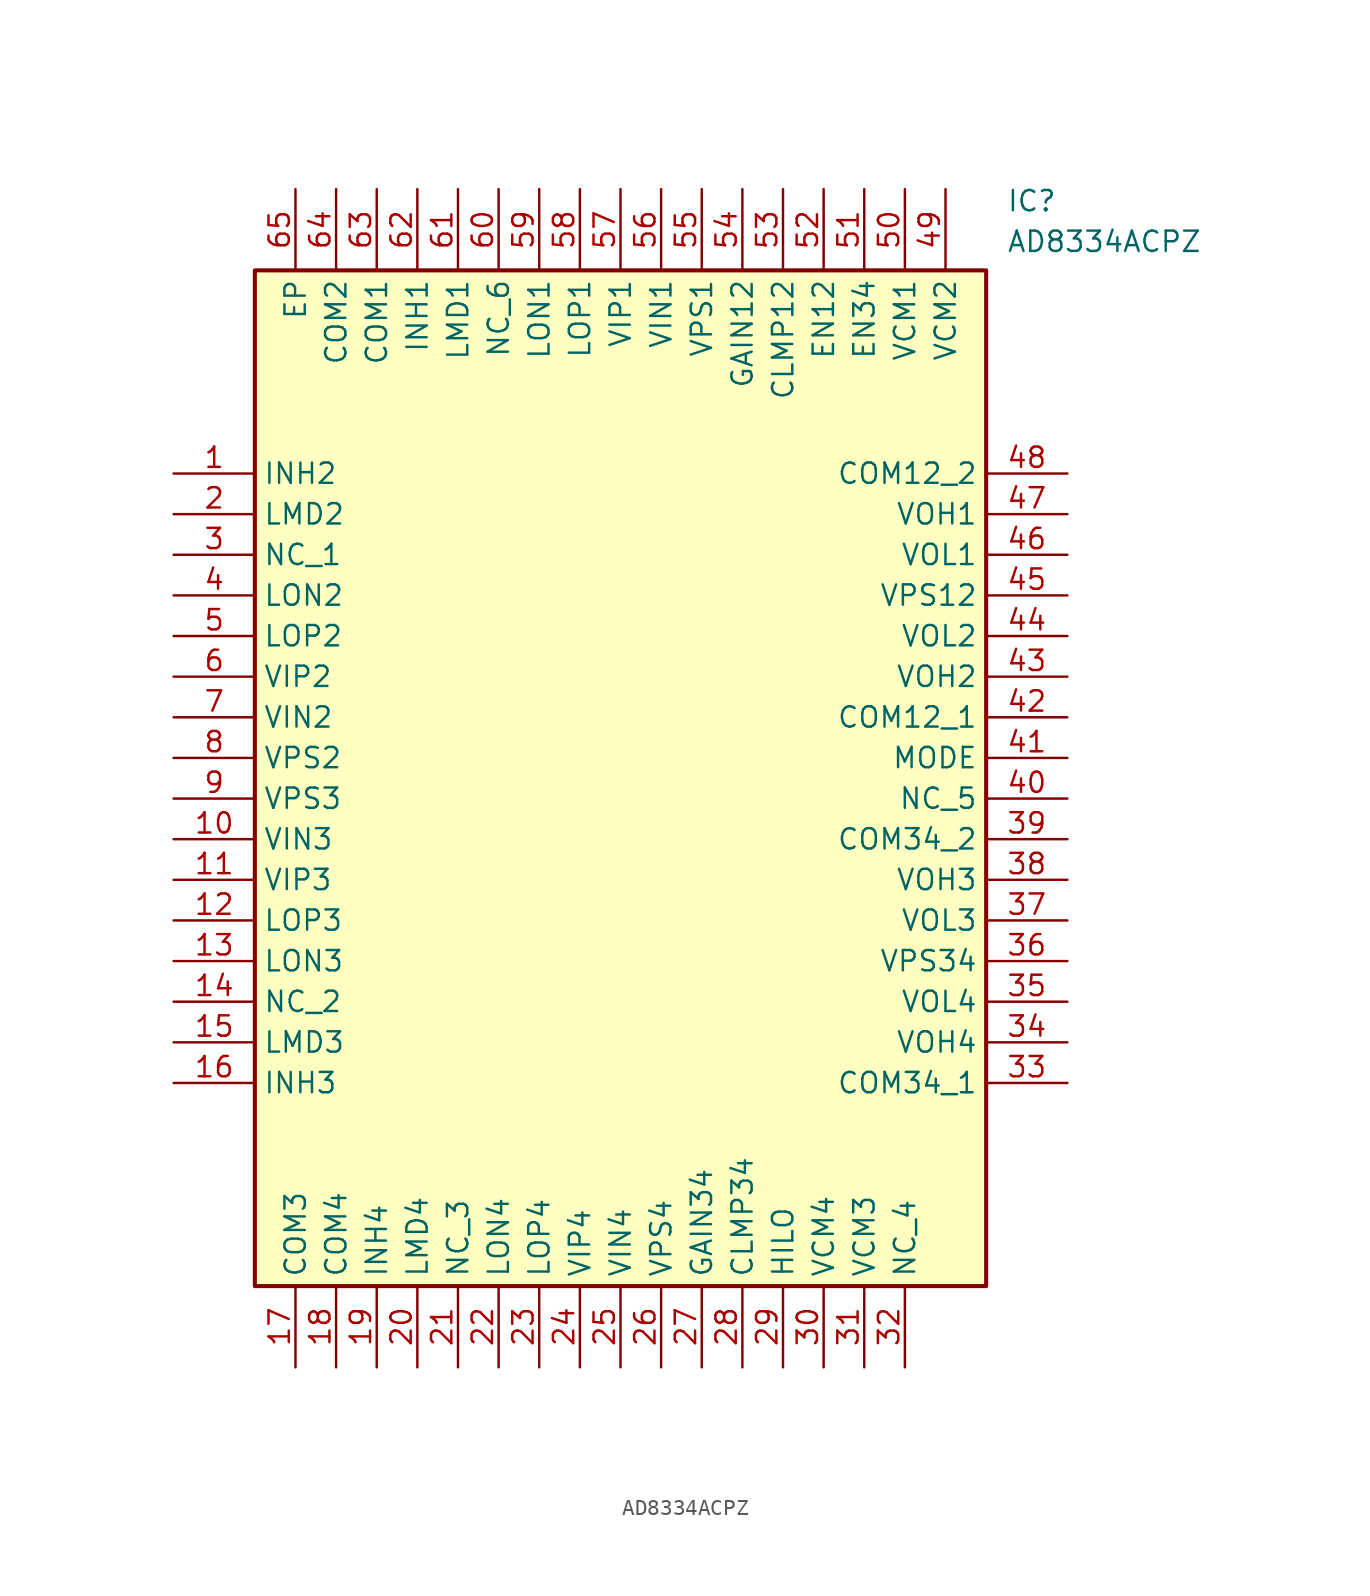
<source format=kicad_sym>
(kicad_symbol_lib
  (version 20211014)
  (generator SamacSys_ECAD_Model)
  (symbol "AD8334ACPZ"
    (property "Reference" "IC"
      (at 52.07 17.78 0)
      (effects (font (size 1.27 1.27)) (justify left top)))
    (property "Value" "AD8334ACPZ"
      (at 52.07 15.24 0)
      (effects (font (size 1.27 1.27)) (justify left top)))
    (rectangle
      (start 5.08 12.7)
      (end 50.8 -50.8)
      (stroke (width 0.254) (type default))
      (fill (type background)))
    (pin passive line
      (at 0 0 0)
      (length 5.08)
      (name "INH2" (effects (font (size 1.27 1.27))))
      (number "1" (effects (font (size 1.27 1.27)))))
    (pin passive line
      (at 0 -2.54 0)
      (length 5.08)
      (name "LMD2" (effects (font (size 1.27 1.27))))
      (number "2" (effects (font (size 1.27 1.27)))))
    (pin passive line
      (at 0 -5.08 0)
      (length 5.08)
      (name "NC_1" (effects (font (size 1.27 1.27))))
      (number "3" (effects (font (size 1.27 1.27)))))
    (pin passive line
      (at 0 -7.62 0)
      (length 5.08)
      (name "LON2" (effects (font (size 1.27 1.27))))
      (number "4" (effects (font (size 1.27 1.27)))))
    (pin passive line
      (at 0 -10.16 0)
      (length 5.08)
      (name "LOP2" (effects (font (size 1.27 1.27))))
      (number "5" (effects (font (size 1.27 1.27)))))
    (pin passive line
      (at 0 -12.7 0)
      (length 5.08)
      (name "VIP2" (effects (font (size 1.27 1.27))))
      (number "6" (effects (font (size 1.27 1.27)))))
    (pin passive line
      (at 0 -15.24 0)
      (length 5.08)
      (name "VIN2" (effects (font (size 1.27 1.27))))
      (number "7" (effects (font (size 1.27 1.27)))))
    (pin passive line
      (at 0 -17.78 0)
      (length 5.08)
      (name "VPS2" (effects (font (size 1.27 1.27))))
      (number "8" (effects (font (size 1.27 1.27)))))
    (pin passive line
      (at 0 -20.32 0)
      (length 5.08)
      (name "VPS3" (effects (font (size 1.27 1.27))))
      (number "9" (effects (font (size 1.27 1.27)))))
    (pin passive line
      (at 0 -22.86 0)
      (length 5.08)
      (name "VIN3" (effects (font (size 1.27 1.27))))
      (number "10" (effects (font (size 1.27 1.27)))))
    (pin passive line
      (at 0 -25.4 0)
      (length 5.08)
      (name "VIP3" (effects (font (size 1.27 1.27))))
      (number "11" (effects (font (size 1.27 1.27)))))
    (pin passive line
      (at 0 -27.94 0)
      (length 5.08)
      (name "LOP3" (effects (font (size 1.27 1.27))))
      (number "12" (effects (font (size 1.27 1.27)))))
    (pin passive line
      (at 0 -30.48 0)
      (length 5.08)
      (name "LON3" (effects (font (size 1.27 1.27))))
      (number "13" (effects (font (size 1.27 1.27)))))
    (pin passive line
      (at 0 -33.02 0)
      (length 5.08)
      (name "NC_2" (effects (font (size 1.27 1.27))))
      (number "14" (effects (font (size 1.27 1.27)))))
    (pin passive line
      (at 0 -35.56 0)
      (length 5.08)
      (name "LMD3" (effects (font (size 1.27 1.27))))
      (number "15" (effects (font (size 1.27 1.27)))))
    (pin passive line
      (at 0 -38.1 0)
      (length 5.08)
      (name "INH3" (effects (font (size 1.27 1.27))))
      (number "16" (effects (font (size 1.27 1.27)))))
    (pin passive line
      (at 7.62 -55.88 90)
      (length 5.08)
      (name "COM3" (effects (font (size 1.27 1.27))))
      (number "17" (effects (font (size 1.27 1.27)))))
    (pin passive line
      (at 10.16 -55.88 90)
      (length 5.08)
      (name "COM4" (effects (font (size 1.27 1.27))))
      (number "18" (effects (font (size 1.27 1.27)))))
    (pin passive line
      (at 12.7 -55.88 90)
      (length 5.08)
      (name "INH4" (effects (font (size 1.27 1.27))))
      (number "19" (effects (font (size 1.27 1.27)))))
    (pin passive line
      (at 15.24 -55.88 90)
      (length 5.08)
      (name "LMD4" (effects (font (size 1.27 1.27))))
      (number "20" (effects (font (size 1.27 1.27)))))
    (pin passive line
      (at 17.78 -55.88 90)
      (length 5.08)
      (name "NC_3" (effects (font (size 1.27 1.27))))
      (number "21" (effects (font (size 1.27 1.27)))))
    (pin passive line
      (at 20.32 -55.88 90)
      (length 5.08)
      (name "LON4" (effects (font (size 1.27 1.27))))
      (number "22" (effects (font (size 1.27 1.27)))))
    (pin passive line
      (at 22.86 -55.88 90)
      (length 5.08)
      (name "LOP4" (effects (font (size 1.27 1.27))))
      (number "23" (effects (font (size 1.27 1.27)))))
    (pin passive line
      (at 25.4 -55.88 90)
      (length 5.08)
      (name "VIP4" (effects (font (size 1.27 1.27))))
      (number "24" (effects (font (size 1.27 1.27)))))
    (pin passive line
      (at 27.94 -55.88 90)
      (length 5.08)
      (name "VIN4" (effects (font (size 1.27 1.27))))
      (number "25" (effects (font (size 1.27 1.27)))))
    (pin passive line
      (at 30.48 -55.88 90)
      (length 5.08)
      (name "VPS4" (effects (font (size 1.27 1.27))))
      (number "26" (effects (font (size 1.27 1.27)))))
    (pin passive line
      (at 33.02 -55.88 90)
      (length 5.08)
      (name "GAIN34" (effects (font (size 1.27 1.27))))
      (number "27" (effects (font (size 1.27 1.27)))))
    (pin passive line
      (at 35.56 -55.88 90)
      (length 5.08)
      (name "CLMP34" (effects (font (size 1.27 1.27))))
      (number "28" (effects (font (size 1.27 1.27)))))
    (pin passive line
      (at 38.1 -55.88 90)
      (length 5.08)
      (name "HILO" (effects (font (size 1.27 1.27))))
      (number "29" (effects (font (size 1.27 1.27)))))
    (pin passive line
      (at 40.64 -55.88 90)
      (length 5.08)
      (name "VCM4" (effects (font (size 1.27 1.27))))
      (number "30" (effects (font (size 1.27 1.27)))))
    (pin passive line
      (at 43.18 -55.88 90)
      (length 5.08)
      (name "VCM3" (effects (font (size 1.27 1.27))))
      (number "31" (effects (font (size 1.27 1.27)))))
    (pin passive line
      (at 45.72 -55.88 90)
      (length 5.08)
      (name "NC_4" (effects (font (size 1.27 1.27))))
      (number "32" (effects (font (size 1.27 1.27)))))
    (pin passive line
      (at 55.88 0 180)
      (length 5.08)
      (name "COM12_2" (effects (font (size 1.27 1.27))))
      (number "48" (effects (font (size 1.27 1.27)))))
    (pin passive line
      (at 55.88 -2.54 180)
      (length 5.08)
      (name "VOH1" (effects (font (size 1.27 1.27))))
      (number "47" (effects (font (size 1.27 1.27)))))
    (pin passive line
      (at 55.88 -5.08 180)
      (length 5.08)
      (name "VOL1" (effects (font (size 1.27 1.27))))
      (number "46" (effects (font (size 1.27 1.27)))))
    (pin passive line
      (at 55.88 -7.62 180)
      (length 5.08)
      (name "VPS12" (effects (font (size 1.27 1.27))))
      (number "45" (effects (font (size 1.27 1.27)))))
    (pin passive line
      (at 55.88 -10.16 180)
      (length 5.08)
      (name "VOL2" (effects (font (size 1.27 1.27))))
      (number "44" (effects (font (size 1.27 1.27)))))
    (pin passive line
      (at 55.88 -12.7 180)
      (length 5.08)
      (name "VOH2" (effects (font (size 1.27 1.27))))
      (number "43" (effects (font (size 1.27 1.27)))))
    (pin passive line
      (at 55.88 -15.24 180)
      (length 5.08)
      (name "COM12_1" (effects (font (size 1.27 1.27))))
      (number "42" (effects (font (size 1.27 1.27)))))
    (pin passive line
      (at 55.88 -17.78 180)
      (length 5.08)
      (name "MODE" (effects (font (size 1.27 1.27))))
      (number "41" (effects (font (size 1.27 1.27)))))
    (pin passive line
      (at 55.88 -20.32 180)
      (length 5.08)
      (name "NC_5" (effects (font (size 1.27 1.27))))
      (number "40" (effects (font (size 1.27 1.27)))))
    (pin passive line
      (at 55.88 -22.86 180)
      (length 5.08)
      (name "COM34_2" (effects (font (size 1.27 1.27))))
      (number "39" (effects (font (size 1.27 1.27)))))
    (pin passive line
      (at 55.88 -25.4 180)
      (length 5.08)
      (name "VOH3" (effects (font (size 1.27 1.27))))
      (number "38" (effects (font (size 1.27 1.27)))))
    (pin passive line
      (at 55.88 -27.94 180)
      (length 5.08)
      (name "VOL3" (effects (font (size 1.27 1.27))))
      (number "37" (effects (font (size 1.27 1.27)))))
    (pin passive line
      (at 55.88 -30.48 180)
      (length 5.08)
      (name "VPS34" (effects (font (size 1.27 1.27))))
      (number "36" (effects (font (size 1.27 1.27)))))
    (pin passive line
      (at 55.88 -33.02 180)
      (length 5.08)
      (name "VOL4" (effects (font (size 1.27 1.27))))
      (number "35" (effects (font (size 1.27 1.27)))))
    (pin passive line
      (at 55.88 -35.56 180)
      (length 5.08)
      (name "VOH4" (effects (font (size 1.27 1.27))))
      (number "34" (effects (font (size 1.27 1.27)))))
    (pin passive line
      (at 55.88 -38.1 180)
      (length 5.08)
      (name "COM34_1" (effects (font (size 1.27 1.27))))
      (number "33" (effects (font (size 1.27 1.27)))))
    (pin passive line
      (at 7.62 17.78 270)
      (length 5.08)
      (name "EP" (effects (font (size 1.27 1.27))))
      (number "65" (effects (font (size 1.27 1.27)))))
    (pin passive line
      (at 10.16 17.78 270)
      (length 5.08)
      (name "COM2" (effects (font (size 1.27 1.27))))
      (number "64" (effects (font (size 1.27 1.27)))))
    (pin passive line
      (at 12.7 17.78 270)
      (length 5.08)
      (name "COM1" (effects (font (size 1.27 1.27))))
      (number "63" (effects (font (size 1.27 1.27)))))
    (pin passive line
      (at 15.24 17.78 270)
      (length 5.08)
      (name "INH1" (effects (font (size 1.27 1.27))))
      (number "62" (effects (font (size 1.27 1.27)))))
    (pin passive line
      (at 17.78 17.78 270)
      (length 5.08)
      (name "LMD1" (effects (font (size 1.27 1.27))))
      (number "61" (effects (font (size 1.27 1.27)))))
    (pin passive line
      (at 20.32 17.78 270)
      (length 5.08)
      (name "NC_6" (effects (font (size 1.27 1.27))))
      (number "60" (effects (font (size 1.27 1.27)))))
    (pin passive line
      (at 22.86 17.78 270)
      (length 5.08)
      (name "LON1" (effects (font (size 1.27 1.27))))
      (number "59" (effects (font (size 1.27 1.27)))))
    (pin passive line
      (at 25.4 17.78 270)
      (length 5.08)
      (name "LOP1" (effects (font (size 1.27 1.27))))
      (number "58" (effects (font (size 1.27 1.27)))))
    (pin passive line
      (at 27.94 17.78 270)
      (length 5.08)
      (name "VIP1" (effects (font (size 1.27 1.27))))
      (number "57" (effects (font (size 1.27 1.27)))))
    (pin passive line
      (at 30.48 17.78 270)
      (length 5.08)
      (name "VIN1" (effects (font (size 1.27 1.27))))
      (number "56" (effects (font (size 1.27 1.27)))))
    (pin passive line
      (at 33.02 17.78 270)
      (length 5.08)
      (name "VPS1" (effects (font (size 1.27 1.27))))
      (number "55" (effects (font (size 1.27 1.27)))))
    (pin passive line
      (at 35.56 17.78 270)
      (length 5.08)
      (name "GAIN12" (effects (font (size 1.27 1.27))))
      (number "54" (effects (font (size 1.27 1.27)))))
    (pin passive line
      (at 38.1 17.78 270)
      (length 5.08)
      (name "CLMP12" (effects (font (size 1.27 1.27))))
      (number "53" (effects (font (size 1.27 1.27)))))
    (pin passive line
      (at 40.64 17.78 270)
      (length 5.08)
      (name "EN12" (effects (font (size 1.27 1.27))))
      (number "52" (effects (font (size 1.27 1.27)))))
    (pin passive line
      (at 43.18 17.78 270)
      (length 5.08)
      (name "EN34" (effects (font (size 1.27 1.27))))
      (number "51" (effects (font (size 1.27 1.27)))))
    (pin passive line
      (at 45.72 17.78 270)
      (length 5.08)
      (name "VCM1" (effects (font (size 1.27 1.27))))
      (number "50" (effects (font (size 1.27 1.27)))))
    (pin passive line
      (at 48.26 17.78 270)
      (length 5.08)
      (name "VCM2" (effects (font (size 1.27 1.27))))
      (number "49" (effects (font (size 1.27 1.27)))))))
</source>
